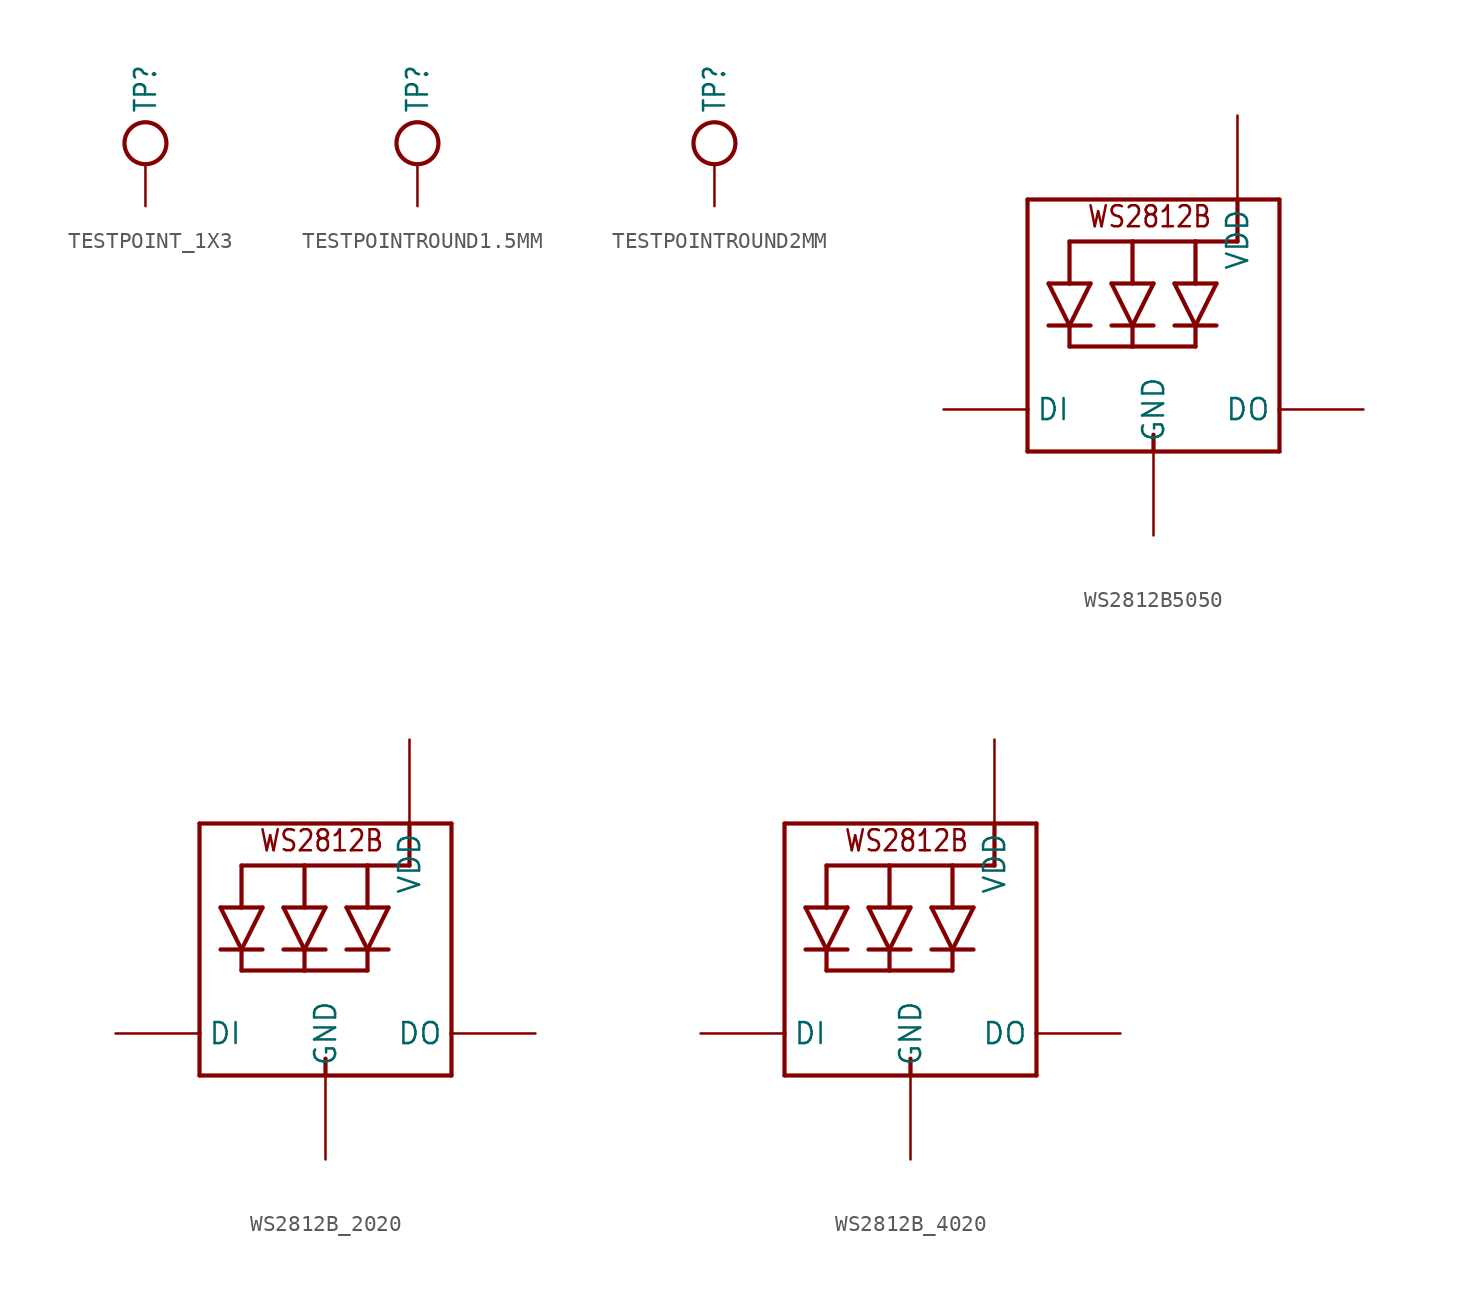
<source format=kicad_sym>
(kicad_symbol_lib
  (version 20220914)
  (generator kicad_symbol_editor)
  (symbol "TESTPOINT_1X3"
    (property "Reference" "TP"
      (at 0 5.588 90)
      (effects (font (size 1.27 1.079)) (justify left)))
    (property "Value" ""
      (at 1.651 5.588 90)
      (effects (font (size 1.27 1.079)) (justify left)))
    (property "ki_locked" ""
      (at 0 0 0)
      (effects (font (size 1.27 1.27))))
    (symbol "TESTPOINT_1X3_1_0"
      (circle (center 0 3.81) (radius 1.27) (stroke (width 0.254) (type solid)) (fill (type none)))
      (pin bidirectional line (at 0 0 90) (length 2.54) (name "P$1" (effects (font (size 0 0)))) (number "P$1" (effects (font (size 0 0)))))))
  (symbol "TESTPOINTROUND1.5MM"
    (property "Reference" "TP"
      (at 0 5.588 90)
      (effects (font (size 1.27 1.079)) (justify left)))
    (property "Value" ""
      (at 1.651 5.588 90)
      (effects (font (size 1.27 1.079)) (justify left)))
    (property "ki_locked" ""
      (at 0 0 0)
      (effects (font (size 1.27 1.27))))
    (symbol "TESTPOINTROUND1.5MM_1_0"
      (circle (center 0 3.81) (radius 1.27) (stroke (width 0.254) (type solid)) (fill (type none)))
      (pin bidirectional line (at 0 0 90) (length 2.54) (name "P$1" (effects (font (size 0 0)))) (number "P$1" (effects (font (size 0 0)))))))
  (symbol "TESTPOINTROUND2MM"
    (property "Reference" "TP"
      (at 0 5.588 90)
      (effects (font (size 1.27 1.079)) (justify left)))
    (property "Value" ""
      (at 1.651 5.588 90)
      (effects (font (size 1.27 1.079)) (justify left)))
    (property "ki_locked" ""
      (at 0 0 0)
      (effects (font (size 1.27 1.27))))
    (symbol "TESTPOINTROUND2MM_1_0"
      (circle (center 0 3.81) (radius 1.27) (stroke (width 0.254) (type solid)) (fill (type none)))
      (pin bidirectional line (at 0 0 90) (length 2.54) (name "P$1" (effects (font (size 0 0)))) (number "P$1" (effects (font (size 0 0)))))))
  (symbol "WS2812B5050"
    (property "Reference" "LED"
      (at 0 0 0)
      (effects (font (size 1.27 1.27)) hide))
    (property "ki_locked" ""
      (at 0 0 0)
      (effects (font (size 1.27 1.27))))
    (symbol "WS2812B5050_1_0"
      (polyline (pts (xy -7.62 -5.08) (xy 0 -5.08)) (stroke (width 0.254) (type solid)) (fill (type none)))
      (polyline (pts (xy -7.62 -2.54) (xy -7.62 -5.08)) (stroke (width 0.254) (type solid)) (fill (type none)))
      (polyline (pts (xy -7.62 10.16) (xy -7.62 -2.54)) (stroke (width 0.254) (type solid)) (fill (type none)))
      (polyline (pts (xy -6.35 2.54) (xy -5.08 2.54)) (stroke (width 0.254) (type solid)) (fill (type none)))
      (polyline (pts (xy -6.35 5.08) (xy -5.08 5.08)) (stroke (width 0.254) (type solid)) (fill (type none)))
      (polyline (pts (xy -5.08 2.54) (xy -6.35 5.08)) (stroke (width 0.254) (type solid)) (fill (type none)))
      (polyline (pts (xy -5.08 2.54) (xy -5.08 1.27)) (stroke (width 0.254) (type solid)) (fill (type none)))
      (polyline (pts (xy -5.08 2.54) (xy -3.81 5.08)) (stroke (width 0.254) (type solid)) (fill (type none)))
      (polyline (pts (xy -5.08 5.08) (xy -3.81 5.08)) (stroke (width 0.254) (type solid)) (fill (type none)))
      (polyline (pts (xy -5.08 7.62) (xy -5.08 5.08)) (stroke (width 0.254) (type solid)) (fill (type none)))
      (polyline (pts (xy -3.81 2.54) (xy -5.08 2.54)) (stroke (width 0.254) (type solid)) (fill (type none)))
      (polyline (pts (xy -2.54 2.54) (xy -1.27 2.54)) (stroke (width 0.254) (type solid)) (fill (type none)))
      (polyline (pts (xy -2.54 5.08) (xy 0 5.08)) (stroke (width 0.254) (type solid)) (fill (type none)))
      (polyline (pts (xy -1.27 1.27) (xy -5.08 1.27)) (stroke (width 0.254) (type solid)) (fill (type none)))
      (polyline (pts (xy -1.27 2.54) (xy -2.54 5.08)) (stroke (width 0.254) (type solid)) (fill (type none)))
      (polyline (pts (xy -1.27 2.54) (xy -1.27 1.27)) (stroke (width 0.254) (type solid)) (fill (type none)))
      (polyline (pts (xy -1.27 2.54) (xy 0 2.54)) (stroke (width 0.254) (type solid)) (fill (type none)))
      (polyline (pts (xy -1.27 5.08) (xy -1.27 7.62)) (stroke (width 0.254) (type solid)) (fill (type none)))
      (polyline (pts (xy -1.27 7.62) (xy -5.08 7.62)) (stroke (width 0.254) (type solid)) (fill (type none)))
      (polyline (pts (xy 0 -5.08) (xy 7.62 -5.08)) (stroke (width 0.254) (type solid)) (fill (type none)))
      (polyline (pts (xy 0 -4.064) (xy 0 -5.08)) (stroke (width 0.254) (type solid)) (fill (type none)))
      (polyline (pts (xy 0 5.08) (xy -1.27 2.54)) (stroke (width 0.254) (type solid)) (fill (type none)))
      (polyline (pts (xy 1.27 5.08) (xy 2.54 2.54)) (stroke (width 0.254) (type solid)) (fill (type none)))
      (polyline (pts (xy 1.27 5.08) (xy 2.54 5.08)) (stroke (width 0.254) (type solid)) (fill (type none)))
      (polyline (pts (xy 2.54 1.27) (xy -1.27 1.27)) (stroke (width 0.254) (type solid)) (fill (type none)))
      (polyline (pts (xy 2.54 2.54) (xy 1.27 2.54)) (stroke (width 0.254) (type solid)) (fill (type none)))
      (polyline (pts (xy 2.54 2.54) (xy 2.54 1.27)) (stroke (width 0.254) (type solid)) (fill (type none)))
      (polyline (pts (xy 2.54 2.54) (xy 3.81 2.54)) (stroke (width 0.254) (type solid)) (fill (type none)))
      (polyline (pts (xy 2.54 2.54) (xy 3.81 5.08)) (stroke (width 0.254) (type solid)) (fill (type none)))
      (polyline (pts (xy 2.54 5.08) (xy 2.54 7.62)) (stroke (width 0.254) (type solid)) (fill (type none)))
      (polyline (pts (xy 2.54 7.62) (xy -1.27 7.62)) (stroke (width 0.254) (type solid)) (fill (type none)))
      (polyline (pts (xy 2.54 7.62) (xy 5.08 7.62)) (stroke (width 0.254) (type solid)) (fill (type none)))
      (polyline (pts (xy 3.81 5.08) (xy 2.54 5.08)) (stroke (width 0.254) (type solid)) (fill (type none)))
      (polyline (pts (xy 5.08 10.16) (xy -7.62 10.16)) (stroke (width 0.254) (type solid)) (fill (type none)))
      (polyline (pts (xy 5.08 10.16) (xy 5.08 7.62)) (stroke (width 0.254) (type solid)) (fill (type none)))
      (polyline (pts (xy 7.62 -5.08) (xy 7.62 -2.54)) (stroke (width 0.254) (type solid)) (fill (type none)))
      (polyline (pts (xy 7.62 -2.54) (xy 7.62 10.16)) (stroke (width 0.254) (type solid)) (fill (type none)))
      (polyline (pts (xy 7.62 10.16) (xy 5.08 10.16)) (stroke (width 0.254) (type solid)) (fill (type none)))
      (text "WS2812B" (at -4.064 8.382 0) (effects (font (size 1.27 1.079)) (justify left bottom)))
      (pin power_in line (at 5.08 15.24 270) (length 5.08) (name "VDD" (effects (font (size 1.27 1.27)))) (number "1-VDD" (effects (font (size 0 0)))))
      (pin output line (at 12.7 -2.54 180) (length 5.08) (name "DO" (effects (font (size 1.27 1.27)))) (number "2-DOUT" (effects (font (size 0 0)))))
      (pin power_in line (at 0 -10.16 90) (length 5.08) (name "GND" (effects (font (size 1.27 1.27)))) (number "3-GND" (effects (font (size 0 0)))))
      (pin input line (at -12.7 -2.54 0) (length 5.08) (name "DI" (effects (font (size 1.27 1.27)))) (number "4-DIN" (effects (font (size 0 0)))))))
  (symbol "WS2812B_2020"
    (property "Reference" "LED"
      (at 0 0 0)
      (effects (font (size 1.27 1.27)) hide))
    (property "ki_locked" ""
      (at 0 0 0)
      (effects (font (size 1.27 1.27))))
    (symbol "WS2812B_2020_1_0"
      (polyline (pts (xy -7.62 -5.08) (xy 0 -5.08)) (stroke (width 0.254) (type solid)) (fill (type none)))
      (polyline (pts (xy -7.62 -2.54) (xy -7.62 -5.08)) (stroke (width 0.254) (type solid)) (fill (type none)))
      (polyline (pts (xy -7.62 10.16) (xy -7.62 -2.54)) (stroke (width 0.254) (type solid)) (fill (type none)))
      (polyline (pts (xy -6.35 2.54) (xy -5.08 2.54)) (stroke (width 0.254) (type solid)) (fill (type none)))
      (polyline (pts (xy -6.35 5.08) (xy -5.08 5.08)) (stroke (width 0.254) (type solid)) (fill (type none)))
      (polyline (pts (xy -5.08 2.54) (xy -6.35 5.08)) (stroke (width 0.254) (type solid)) (fill (type none)))
      (polyline (pts (xy -5.08 2.54) (xy -5.08 1.27)) (stroke (width 0.254) (type solid)) (fill (type none)))
      (polyline (pts (xy -5.08 2.54) (xy -3.81 5.08)) (stroke (width 0.254) (type solid)) (fill (type none)))
      (polyline (pts (xy -5.08 5.08) (xy -3.81 5.08)) (stroke (width 0.254) (type solid)) (fill (type none)))
      (polyline (pts (xy -5.08 7.62) (xy -5.08 5.08)) (stroke (width 0.254) (type solid)) (fill (type none)))
      (polyline (pts (xy -3.81 2.54) (xy -5.08 2.54)) (stroke (width 0.254) (type solid)) (fill (type none)))
      (polyline (pts (xy -2.54 2.54) (xy -1.27 2.54)) (stroke (width 0.254) (type solid)) (fill (type none)))
      (polyline (pts (xy -2.54 5.08) (xy 0 5.08)) (stroke (width 0.254) (type solid)) (fill (type none)))
      (polyline (pts (xy -1.27 1.27) (xy -5.08 1.27)) (stroke (width 0.254) (type solid)) (fill (type none)))
      (polyline (pts (xy -1.27 2.54) (xy -2.54 5.08)) (stroke (width 0.254) (type solid)) (fill (type none)))
      (polyline (pts (xy -1.27 2.54) (xy -1.27 1.27)) (stroke (width 0.254) (type solid)) (fill (type none)))
      (polyline (pts (xy -1.27 2.54) (xy 0 2.54)) (stroke (width 0.254) (type solid)) (fill (type none)))
      (polyline (pts (xy -1.27 5.08) (xy -1.27 7.62)) (stroke (width 0.254) (type solid)) (fill (type none)))
      (polyline (pts (xy -1.27 7.62) (xy -5.08 7.62)) (stroke (width 0.254) (type solid)) (fill (type none)))
      (polyline (pts (xy 0 -5.08) (xy 7.62 -5.08)) (stroke (width 0.254) (type solid)) (fill (type none)))
      (polyline (pts (xy 0 -4.064) (xy 0 -5.08)) (stroke (width 0.254) (type solid)) (fill (type none)))
      (polyline (pts (xy 0 5.08) (xy -1.27 2.54)) (stroke (width 0.254) (type solid)) (fill (type none)))
      (polyline (pts (xy 1.27 5.08) (xy 2.54 2.54)) (stroke (width 0.254) (type solid)) (fill (type none)))
      (polyline (pts (xy 1.27 5.08) (xy 2.54 5.08)) (stroke (width 0.254) (type solid)) (fill (type none)))
      (polyline (pts (xy 2.54 1.27) (xy -1.27 1.27)) (stroke (width 0.254) (type solid)) (fill (type none)))
      (polyline (pts (xy 2.54 2.54) (xy 1.27 2.54)) (stroke (width 0.254) (type solid)) (fill (type none)))
      (polyline (pts (xy 2.54 2.54) (xy 2.54 1.27)) (stroke (width 0.254) (type solid)) (fill (type none)))
      (polyline (pts (xy 2.54 2.54) (xy 3.81 2.54)) (stroke (width 0.254) (type solid)) (fill (type none)))
      (polyline (pts (xy 2.54 2.54) (xy 3.81 5.08)) (stroke (width 0.254) (type solid)) (fill (type none)))
      (polyline (pts (xy 2.54 5.08) (xy 2.54 7.62)) (stroke (width 0.254) (type solid)) (fill (type none)))
      (polyline (pts (xy 2.54 7.62) (xy -1.27 7.62)) (stroke (width 0.254) (type solid)) (fill (type none)))
      (polyline (pts (xy 2.54 7.62) (xy 5.08 7.62)) (stroke (width 0.254) (type solid)) (fill (type none)))
      (polyline (pts (xy 3.81 5.08) (xy 2.54 5.08)) (stroke (width 0.254) (type solid)) (fill (type none)))
      (polyline (pts (xy 5.08 10.16) (xy -7.62 10.16)) (stroke (width 0.254) (type solid)) (fill (type none)))
      (polyline (pts (xy 5.08 10.16) (xy 5.08 7.62)) (stroke (width 0.254) (type solid)) (fill (type none)))
      (polyline (pts (xy 7.62 -5.08) (xy 7.62 -2.54)) (stroke (width 0.254) (type solid)) (fill (type none)))
      (polyline (pts (xy 7.62 -2.54) (xy 7.62 10.16)) (stroke (width 0.254) (type solid)) (fill (type none)))
      (polyline (pts (xy 7.62 10.16) (xy 5.08 10.16)) (stroke (width 0.254) (type solid)) (fill (type none)))
      (text "WS2812B" (at -4.064 8.382 0) (effects (font (size 1.27 1.079)) (justify left bottom)))
      (pin output line (at 12.7 -2.54 180) (length 5.08) (name "DO" (effects (font (size 1.27 1.27)))) (number "1" (effects (font (size 0 0)))))
      (pin power_in line (at 0 -10.16 90) (length 5.08) (name "GND" (effects (font (size 1.27 1.27)))) (number "2" (effects (font (size 0 0)))))
      (pin input line (at -12.7 -2.54 0) (length 5.08) (name "DI" (effects (font (size 1.27 1.27)))) (number "3" (effects (font (size 0 0)))))
      (pin power_in line (at 5.08 15.24 270) (length 5.08) (name "VDD" (effects (font (size 1.27 1.27)))) (number "4" (effects (font (size 0 0)))))))
  (symbol "WS2812B_4020"
    (property "Reference" "LED"
      (at 0 0 0)
      (effects (font (size 1.27 1.27)) hide))
    (property "ki_locked" ""
      (at 0 0 0)
      (effects (font (size 1.27 1.27))))
    (symbol "WS2812B_4020_1_0"
      (polyline (pts (xy -7.62 -5.08) (xy 0 -5.08)) (stroke (width 0.254) (type solid)) (fill (type none)))
      (polyline (pts (xy -7.62 -2.54) (xy -7.62 -5.08)) (stroke (width 0.254) (type solid)) (fill (type none)))
      (polyline (pts (xy -7.62 10.16) (xy -7.62 -2.54)) (stroke (width 0.254) (type solid)) (fill (type none)))
      (polyline (pts (xy -6.35 2.54) (xy -5.08 2.54)) (stroke (width 0.254) (type solid)) (fill (type none)))
      (polyline (pts (xy -6.35 5.08) (xy -5.08 5.08)) (stroke (width 0.254) (type solid)) (fill (type none)))
      (polyline (pts (xy -5.08 2.54) (xy -6.35 5.08)) (stroke (width 0.254) (type solid)) (fill (type none)))
      (polyline (pts (xy -5.08 2.54) (xy -5.08 1.27)) (stroke (width 0.254) (type solid)) (fill (type none)))
      (polyline (pts (xy -5.08 2.54) (xy -3.81 5.08)) (stroke (width 0.254) (type solid)) (fill (type none)))
      (polyline (pts (xy -5.08 5.08) (xy -3.81 5.08)) (stroke (width 0.254) (type solid)) (fill (type none)))
      (polyline (pts (xy -5.08 7.62) (xy -5.08 5.08)) (stroke (width 0.254) (type solid)) (fill (type none)))
      (polyline (pts (xy -3.81 2.54) (xy -5.08 2.54)) (stroke (width 0.254) (type solid)) (fill (type none)))
      (polyline (pts (xy -2.54 2.54) (xy -1.27 2.54)) (stroke (width 0.254) (type solid)) (fill (type none)))
      (polyline (pts (xy -2.54 5.08) (xy 0 5.08)) (stroke (width 0.254) (type solid)) (fill (type none)))
      (polyline (pts (xy -1.27 1.27) (xy -5.08 1.27)) (stroke (width 0.254) (type solid)) (fill (type none)))
      (polyline (pts (xy -1.27 2.54) (xy -2.54 5.08)) (stroke (width 0.254) (type solid)) (fill (type none)))
      (polyline (pts (xy -1.27 2.54) (xy -1.27 1.27)) (stroke (width 0.254) (type solid)) (fill (type none)))
      (polyline (pts (xy -1.27 2.54) (xy 0 2.54)) (stroke (width 0.254) (type solid)) (fill (type none)))
      (polyline (pts (xy -1.27 5.08) (xy -1.27 7.62)) (stroke (width 0.254) (type solid)) (fill (type none)))
      (polyline (pts (xy -1.27 7.62) (xy -5.08 7.62)) (stroke (width 0.254) (type solid)) (fill (type none)))
      (polyline (pts (xy 0 -5.08) (xy 7.62 -5.08)) (stroke (width 0.254) (type solid)) (fill (type none)))
      (polyline (pts (xy 0 -4.064) (xy 0 -5.08)) (stroke (width 0.254) (type solid)) (fill (type none)))
      (polyline (pts (xy 0 5.08) (xy -1.27 2.54)) (stroke (width 0.254) (type solid)) (fill (type none)))
      (polyline (pts (xy 1.27 5.08) (xy 2.54 2.54)) (stroke (width 0.254) (type solid)) (fill (type none)))
      (polyline (pts (xy 1.27 5.08) (xy 2.54 5.08)) (stroke (width 0.254) (type solid)) (fill (type none)))
      (polyline (pts (xy 2.54 1.27) (xy -1.27 1.27)) (stroke (width 0.254) (type solid)) (fill (type none)))
      (polyline (pts (xy 2.54 2.54) (xy 1.27 2.54)) (stroke (width 0.254) (type solid)) (fill (type none)))
      (polyline (pts (xy 2.54 2.54) (xy 2.54 1.27)) (stroke (width 0.254) (type solid)) (fill (type none)))
      (polyline (pts (xy 2.54 2.54) (xy 3.81 2.54)) (stroke (width 0.254) (type solid)) (fill (type none)))
      (polyline (pts (xy 2.54 2.54) (xy 3.81 5.08)) (stroke (width 0.254) (type solid)) (fill (type none)))
      (polyline (pts (xy 2.54 5.08) (xy 2.54 7.62)) (stroke (width 0.254) (type solid)) (fill (type none)))
      (polyline (pts (xy 2.54 7.62) (xy -1.27 7.62)) (stroke (width 0.254) (type solid)) (fill (type none)))
      (polyline (pts (xy 2.54 7.62) (xy 5.08 7.62)) (stroke (width 0.254) (type solid)) (fill (type none)))
      (polyline (pts (xy 3.81 5.08) (xy 2.54 5.08)) (stroke (width 0.254) (type solid)) (fill (type none)))
      (polyline (pts (xy 5.08 10.16) (xy -7.62 10.16)) (stroke (width 0.254) (type solid)) (fill (type none)))
      (polyline (pts (xy 5.08 10.16) (xy 5.08 7.62)) (stroke (width 0.254) (type solid)) (fill (type none)))
      (polyline (pts (xy 7.62 -5.08) (xy 7.62 -2.54)) (stroke (width 0.254) (type solid)) (fill (type none)))
      (polyline (pts (xy 7.62 -2.54) (xy 7.62 10.16)) (stroke (width 0.254) (type solid)) (fill (type none)))
      (polyline (pts (xy 7.62 10.16) (xy 5.08 10.16)) (stroke (width 0.254) (type solid)) (fill (type none)))
      (text "WS2812B" (at -4.064 8.382 0) (effects (font (size 1.27 1.079)) (justify left bottom)))
      (pin input line (at -12.7 -2.54 0) (length 5.08) (name "DI" (effects (font (size 1.27 1.27)))) (number "1" (effects (font (size 0 0)))))
      (pin power_in line (at 5.08 15.24 270) (length 5.08) (name "VDD" (effects (font (size 1.27 1.27)))) (number "2" (effects (font (size 0 0)))))
      (pin output line (at 12.7 -2.54 180) (length 5.08) (name "DO" (effects (font (size 1.27 1.27)))) (number "3" (effects (font (size 0 0)))))
      (pin power_in line (at 0 -10.16 90) (length 5.08) (name "GND" (effects (font (size 1.27 1.27)))) (number "4" (effects (font (size 0 0))))))))
</source>
